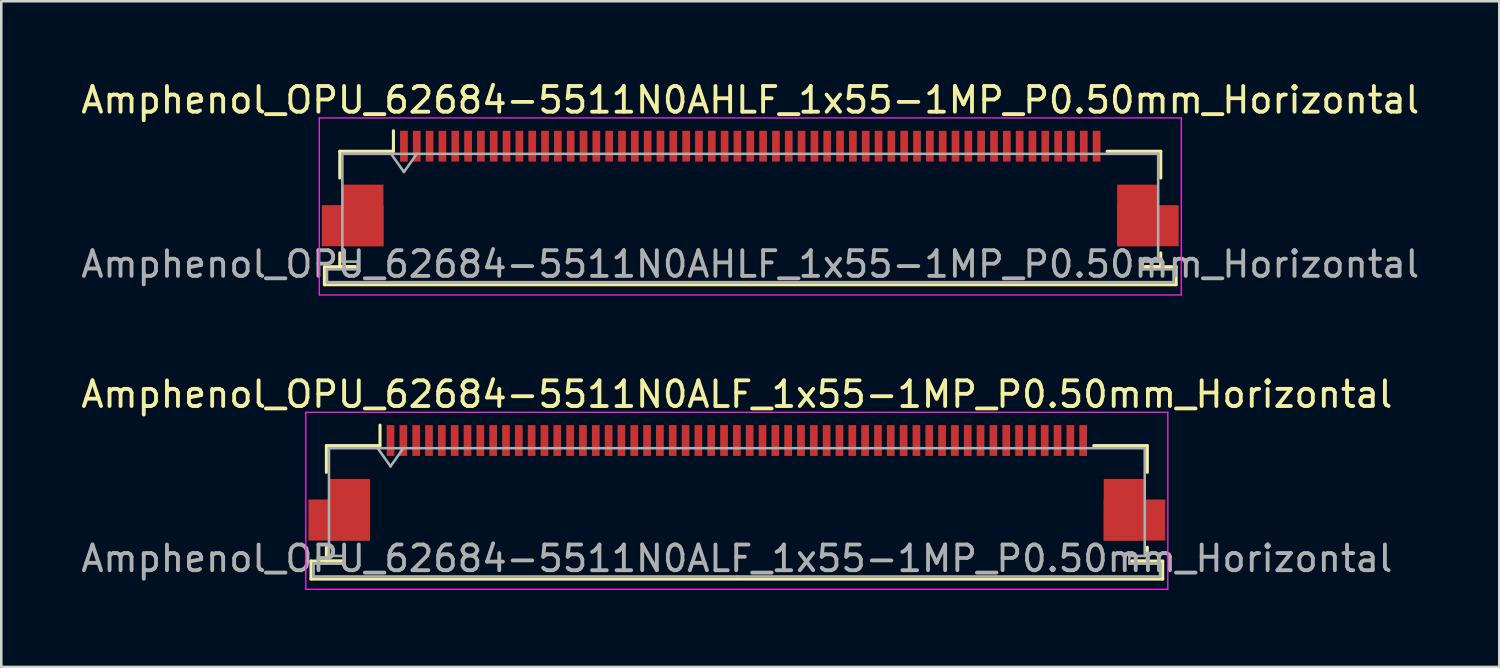
<source format=kicad_pcb>
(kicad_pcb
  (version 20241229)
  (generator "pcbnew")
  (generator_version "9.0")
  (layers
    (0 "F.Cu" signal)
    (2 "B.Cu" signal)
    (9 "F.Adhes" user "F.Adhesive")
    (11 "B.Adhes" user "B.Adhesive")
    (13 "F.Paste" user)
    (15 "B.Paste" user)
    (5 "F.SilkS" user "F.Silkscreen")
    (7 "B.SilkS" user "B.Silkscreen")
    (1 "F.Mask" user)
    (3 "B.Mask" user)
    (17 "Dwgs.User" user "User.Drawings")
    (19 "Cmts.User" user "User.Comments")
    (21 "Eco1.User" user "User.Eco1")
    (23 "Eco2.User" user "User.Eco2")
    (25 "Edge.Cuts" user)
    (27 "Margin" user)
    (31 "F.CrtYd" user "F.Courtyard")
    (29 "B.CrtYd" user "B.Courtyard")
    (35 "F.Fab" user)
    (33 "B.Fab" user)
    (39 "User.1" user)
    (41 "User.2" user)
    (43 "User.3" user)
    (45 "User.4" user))
  (footprint "Amphenol_OPU_62684-5511N0AHLF_1x55-1MP_P0.50mm_Horizontal"
    (layer "F.Cu")
    (at 26.196 4.298)
    (property "Reference" "Amphenol_OPU_62684-5511N0AHLF_1x55-1MP_P0.50mm_Horizontal" (at 0 -3.45 0) (layer "F.SilkS") (effects (font (size 1 1) (thickness 0.15))))
    (attr smd)
    (fp_line (start -16.6 3.05) (end -16.6 3.75) (stroke (width 0.12) (type solid)) (layer "F.SilkS"))
    (fp_line (start -16.6 3.75) (end 16.6 3.75) (stroke (width 0.12) (type solid)) (layer "F.SilkS"))
    (fp_line (start -16 -1.45) (end -16 -0.41) (stroke (width 0.12) (type solid)) (layer "F.SilkS"))
    (fp_line (start -16 2.51) (end -16 3.05) (stroke (width 0.12) (type solid)) (layer "F.SilkS"))
    (fp_line (start -16 3.05) (end -15.4 3.05) (stroke (width 0.12) (type solid)) (layer "F.SilkS"))
    (fp_line (start -15.4 3.05) (end -16.6 3.05) (stroke (width 0.12) (type solid)) (layer "F.SilkS"))
    (fp_line (start -13.91 -1.45) (end -16 -1.45) (stroke (width 0.12) (type solid)) (layer "F.SilkS"))
    (fp_line (start -13.91 -1.45) (end -13.91 -2.25) (stroke (width 0.12) (type solid)) (layer "F.SilkS"))
    (fp_line (start 13.91 -1.45) (end 16 -1.45) (stroke (width 0.12) (type solid)) (layer "F.SilkS"))
    (fp_line (start 15.4 3.05) (end 16 3.05) (stroke (width 0.12) (type solid)) (layer "F.SilkS"))
    (fp_line (start 16 -1.45) (end 16 -0.41) (stroke (width 0.12) (type solid)) (layer "F.SilkS"))
    (fp_line (start 16 3.05) (end 16 2.51) (stroke (width 0.12) (type solid)) (layer "F.SilkS"))
    (fp_line (start 16.6 3.05) (end 15.4 3.05) (stroke (width 0.12) (type solid)) (layer "F.SilkS"))
    (fp_line (start 16.6 3.75) (end 16.6 3.05) (stroke (width 0.12) (type solid)) (layer "F.SilkS"))
    (fp_line (start -16.8 -2.75) (end -16.8 4.15) (stroke (width 0.05) (type solid)) (layer "F.CrtYd"))
    (fp_line (start -16.8 4.15) (end 16.8 4.15) (stroke (width 0.05) (type solid)) (layer "F.CrtYd"))
    (fp_line (start 16.8 -2.75) (end -16.8 -2.75) (stroke (width 0.05) (type solid)) (layer "F.CrtYd"))
    (fp_line (start 16.8 4.15) (end 16.8 -2.75) (stroke (width 0.05) (type solid)) (layer "F.CrtYd"))
    (fp_line (start -16.5 3.15) (end -16.5 3.65) (stroke (width 0.1) (type solid)) (layer "F.Fab"))
    (fp_line (start -16.5 3.65) (end 0 3.65) (stroke (width 0.1) (type solid)) (layer "F.Fab"))
    (fp_line (start -15.9 -1.35) (end -15.9 2.85) (stroke (width 0.1) (type solid)) (layer "F.Fab"))
    (fp_line (start -15.9 2.85) (end -15.3 2.85) (stroke (width 0.1) (type solid)) (layer "F.Fab"))
    (fp_line (start -15.3 2.85) (end -15.3 3.15) (stroke (width 0.1) (type solid)) (layer "F.Fab"))
    (fp_line (start -15.3 3.15) (end -16.5 3.15) (stroke (width 0.1) (type solid)) (layer "F.Fab"))
    (fp_line (start -14 -1.35) (end -13.5 -0.643) (stroke (width 0.1) (type solid)) (layer "F.Fab"))
    (fp_line (start -13.5 -0.643) (end -13 -1.35) (stroke (width 0.1) (type solid)) (layer "F.Fab"))
    (fp_line (start 0 -1.35) (end -15.9 -1.35) (stroke (width 0.1) (type solid)) (layer "F.Fab"))
    (fp_line (start 0 -1.35) (end 15.9 -1.35) (stroke (width 0.1) (type solid)) (layer "F.Fab"))
    (fp_line (start 15.3 2.85) (end 15.3 3.15) (stroke (width 0.1) (type solid)) (layer "F.Fab"))
    (fp_line (start 15.3 3.15) (end 16.5 3.15) (stroke (width 0.1) (type solid)) (layer "F.Fab"))
    (fp_line (start 15.9 -1.35) (end 15.9 2.85) (stroke (width 0.1) (type solid)) (layer "F.Fab"))
    (fp_line (start 15.9 2.85) (end 15.3 2.85) (stroke (width 0.1) (type solid)) (layer "F.Fab"))
    (fp_line (start 16.5 3.15) (end 16.5 3.65) (stroke (width 0.1) (type solid)) (layer "F.Fab"))
    (fp_line (start 16.5 3.65) (end 0 3.65) (stroke (width 0.1) (type solid)) (layer "F.Fab"))
    (fp_text user "${REFERENCE}" (at 0 2.95 0) (layer "F.Fab") (effects (font (size 1 1) (thickness 0.15))))
    (pad "1" smd rect (at -13.5 -1.65) (size 0.3 1.2) (layers "F.Cu" "F.Mask" "F.Paste"))
    (pad "2" smd rect (at -13 -1.65) (size 0.3 1.2) (layers "F.Cu" "F.Mask" "F.Paste"))
    (pad "3" smd rect (at -12.5 -1.65) (size 0.3 1.2) (layers "F.Cu" "F.Mask" "F.Paste"))
    (pad "4" smd rect (at -12 -1.65) (size 0.3 1.2) (layers "F.Cu" "F.Mask" "F.Paste"))
    (pad "5" smd rect (at -11.5 -1.65) (size 0.3 1.2) (layers "F.Cu" "F.Mask" "F.Paste"))
    (pad "6" smd rect (at -11 -1.65) (size 0.3 1.2) (layers "F.Cu" "F.Mask" "F.Paste"))
    (pad "7" smd rect (at -10.5 -1.65) (size 0.3 1.2) (layers "F.Cu" "F.Mask" "F.Paste"))
    (pad "8" smd rect (at -10 -1.65) (size 0.3 1.2) (layers "F.Cu" "F.Mask" "F.Paste"))
    (pad "9" smd rect (at -9.5 -1.65) (size 0.3 1.2) (layers "F.Cu" "F.Mask" "F.Paste"))
    (pad "10" smd rect (at -9 -1.65) (size 0.3 1.2) (layers "F.Cu" "F.Mask" "F.Paste"))
    (pad "11" smd rect (at -8.5 -1.65) (size 0.3 1.2) (layers "F.Cu" "F.Mask" "F.Paste"))
    (pad "12" smd rect (at -8 -1.65) (size 0.3 1.2) (layers "F.Cu" "F.Mask" "F.Paste"))
    (pad "13" smd rect (at -7.5 -1.65) (size 0.3 1.2) (layers "F.Cu" "F.Mask" "F.Paste"))
    (pad "14" smd rect (at -7 -1.65) (size 0.3 1.2) (layers "F.Cu" "F.Mask" "F.Paste"))
    (pad "15" smd rect (at -6.5 -1.65) (size 0.3 1.2) (layers "F.Cu" "F.Mask" "F.Paste"))
    (pad "16" smd rect (at -6 -1.65) (size 0.3 1.2) (layers "F.Cu" "F.Mask" "F.Paste"))
    (pad "17" smd rect (at -5.5 -1.65) (size 0.3 1.2) (layers "F.Cu" "F.Mask" "F.Paste"))
    (pad "18" smd rect (at -5 -1.65) (size 0.3 1.2) (layers "F.Cu" "F.Mask" "F.Paste"))
    (pad "19" smd rect (at -4.5 -1.65) (size 0.3 1.2) (layers "F.Cu" "F.Mask" "F.Paste"))
    (pad "20" smd rect (at -4 -1.65) (size 0.3 1.2) (layers "F.Cu" "F.Mask" "F.Paste"))
    (pad "21" smd rect (at -3.5 -1.65) (size 0.3 1.2) (layers "F.Cu" "F.Mask" "F.Paste"))
    (pad "22" smd rect (at -3 -1.65) (size 0.3 1.2) (layers "F.Cu" "F.Mask" "F.Paste"))
    (pad "23" smd rect (at -2.5 -1.65) (size 0.3 1.2) (layers "F.Cu" "F.Mask" "F.Paste"))
    (pad "24" smd rect (at -2 -1.65) (size 0.3 1.2) (layers "F.Cu" "F.Mask" "F.Paste"))
    (pad "25" smd rect (at -1.5 -1.65) (size 0.3 1.2) (layers "F.Cu" "F.Mask" "F.Paste"))
    (pad "26" smd rect (at -1 -1.65) (size 0.3 1.2) (layers "F.Cu" "F.Mask" "F.Paste"))
    (pad "27" smd rect (at -0.5 -1.65) (size 0.3 1.2) (layers "F.Cu" "F.Mask" "F.Paste"))
    (pad "28" smd rect (at 0 -1.65) (size 0.3 1.2) (layers "F.Cu" "F.Mask" "F.Paste"))
    (pad "29" smd rect (at 0.5 -1.65) (size 0.3 1.2) (layers "F.Cu" "F.Mask" "F.Paste"))
    (pad "30" smd rect (at 1 -1.65) (size 0.3 1.2) (layers "F.Cu" "F.Mask" "F.Paste"))
    (pad "31" smd rect (at 1.5 -1.65) (size 0.3 1.2) (layers "F.Cu" "F.Mask" "F.Paste"))
    (pad "32" smd rect (at 2 -1.65) (size 0.3 1.2) (layers "F.Cu" "F.Mask" "F.Paste"))
    (pad "33" smd rect (at 2.5 -1.65) (size 0.3 1.2) (layers "F.Cu" "F.Mask" "F.Paste"))
    (pad "34" smd rect (at 3 -1.65) (size 0.3 1.2) (layers "F.Cu" "F.Mask" "F.Paste"))
    (pad "35" smd rect (at 3.5 -1.65) (size 0.3 1.2) (layers "F.Cu" "F.Mask" "F.Paste"))
    (pad "36" smd rect (at 4 -1.65) (size 0.3 1.2) (layers "F.Cu" "F.Mask" "F.Paste"))
    (pad "37" smd rect (at 4.5 -1.65) (size 0.3 1.2) (layers "F.Cu" "F.Mask" "F.Paste"))
    (pad "38" smd rect (at 5 -1.65) (size 0.3 1.2) (layers "F.Cu" "F.Mask" "F.Paste"))
    (pad "39" smd rect (at 5.5 -1.65) (size 0.3 1.2) (layers "F.Cu" "F.Mask" "F.Paste"))
    (pad "40" smd rect (at 6 -1.65) (size 0.3 1.2) (layers "F.Cu" "F.Mask" "F.Paste"))
    (pad "41" smd rect (at 6.5 -1.65) (size 0.3 1.2) (layers "F.Cu" "F.Mask" "F.Paste"))
    (pad "42" smd rect (at 7 -1.65) (size 0.3 1.2) (layers "F.Cu" "F.Mask" "F.Paste"))
    (pad "43" smd rect (at 7.5 -1.65) (size 0.3 1.2) (layers "F.Cu" "F.Mask" "F.Paste"))
    (pad "44" smd rect (at 8 -1.65) (size 0.3 1.2) (layers "F.Cu" "F.Mask" "F.Paste"))
    (pad "45" smd rect (at 8.5 -1.65) (size 0.3 1.2) (layers "F.Cu" "F.Mask" "F.Paste"))
    (pad "46" smd rect (at 9 -1.65) (size 0.3 1.2) (layers "F.Cu" "F.Mask" "F.Paste"))
    (pad "47" smd rect (at 9.5 -1.65) (size 0.3 1.2) (layers "F.Cu" "F.Mask" "F.Paste"))
    (pad "48" smd rect (at 10 -1.65) (size 0.3 1.2) (layers "F.Cu" "F.Mask" "F.Paste"))
    (pad "49" smd rect (at 10.5 -1.65) (size 0.3 1.2) (layers "F.Cu" "F.Mask" "F.Paste"))
    (pad "50" smd rect (at 11 -1.65) (size 0.3 1.2) (layers "F.Cu" "F.Mask" "F.Paste"))
    (pad "51" smd rect (at 11.5 -1.65) (size 0.3 1.2) (layers "F.Cu" "F.Mask" "F.Paste"))
    (pad "52" smd rect (at 12 -1.65) (size 0.3 1.2) (layers "F.Cu" "F.Mask" "F.Paste"))
    (pad "53" smd rect (at 12.5 -1.65) (size 0.3 1.2) (layers "F.Cu" "F.Mask" "F.Paste"))
    (pad "54" smd rect (at 13 -1.65) (size 0.3 1.2) (layers "F.Cu" "F.Mask" "F.Paste"))
    (pad "55" smd rect (at 13.5 -1.65) (size 0.3 1.2) (layers "F.Cu" "F.Mask" "F.Paste"))
    (pad "MP" smd rect (at -15.5 1.45) (size 2.4 1.6) (layers "F.Cu" "F.Mask" "F.Paste"))
    (pad "MP" smd rect (at -15.1 1.05) (size 1.6 2.4) (layers "F.Cu" "F.Mask" "F.Paste"))
    (pad "MP" smd rect (at 15.1 1.05) (size 1.6 2.4) (layers "F.Cu" "F.Mask" "F.Paste"))
    (pad "MP" smd rect (at 15.5 1.45) (size 2.4 1.6) (layers "F.Cu" "F.Mask" "F.Paste")))
  (footprint "Amphenol_OPU_62684-5511N0ALF_1x55-1MP_P0.50mm_Horizontal"
    (layer "F.Cu")
    (at 25.673 15.771)
    (property "Reference" "Amphenol_OPU_62684-5511N0ALF_1x55-1MP_P0.50mm_Horizontal" (at 0 -3.45 0) (layer "F.SilkS") (effects (font (size 1 1) (thickness 0.15))))
    (attr smd)
    (fp_line (start -16.6 3.05) (end -16.6 3.75) (stroke (width 0.12) (type solid)) (layer "F.SilkS"))
    (fp_line (start -16.6 3.75) (end 16.6 3.75) (stroke (width 0.12) (type solid)) (layer "F.SilkS"))
    (fp_line (start -16 -1.45) (end -16 -0.41) (stroke (width 0.12) (type solid)) (layer "F.SilkS"))
    (fp_line (start -16 2.51) (end -16 3.05) (stroke (width 0.12) (type solid)) (layer "F.SilkS"))
    (fp_line (start -16 3.05) (end -15.4 3.05) (stroke (width 0.12) (type solid)) (layer "F.SilkS"))
    (fp_line (start -15.4 3.05) (end -16.6 3.05) (stroke (width 0.12) (type solid)) (layer "F.SilkS"))
    (fp_line (start -13.91 -1.45) (end -16 -1.45) (stroke (width 0.12) (type solid)) (layer "F.SilkS"))
    (fp_line (start -13.91 -1.45) (end -13.91 -2.25) (stroke (width 0.12) (type solid)) (layer "F.SilkS"))
    (fp_line (start 13.91 -1.45) (end 16 -1.45) (stroke (width 0.12) (type solid)) (layer "F.SilkS"))
    (fp_line (start 15.4 3.05) (end 16 3.05) (stroke (width 0.12) (type solid)) (layer "F.SilkS"))
    (fp_line (start 16 -1.45) (end 16 -0.41) (stroke (width 0.12) (type solid)) (layer "F.SilkS"))
    (fp_line (start 16 3.05) (end 16 2.51) (stroke (width 0.12) (type solid)) (layer "F.SilkS"))
    (fp_line (start 16.6 3.05) (end 15.4 3.05) (stroke (width 0.12) (type solid)) (layer "F.SilkS"))
    (fp_line (start 16.6 3.75) (end 16.6 3.05) (stroke (width 0.12) (type solid)) (layer "F.SilkS"))
    (fp_line (start -16.8 -2.75) (end -16.8 4.15) (stroke (width 0.05) (type solid)) (layer "F.CrtYd"))
    (fp_line (start -16.8 4.15) (end 16.8 4.15) (stroke (width 0.05) (type solid)) (layer "F.CrtYd"))
    (fp_line (start 16.8 -2.75) (end -16.8 -2.75) (stroke (width 0.05) (type solid)) (layer "F.CrtYd"))
    (fp_line (start 16.8 4.15) (end 16.8 -2.75) (stroke (width 0.05) (type solid)) (layer "F.CrtYd"))
    (fp_line (start -16.5 3.15) (end -16.5 3.65) (stroke (width 0.1) (type solid)) (layer "F.Fab"))
    (fp_line (start -16.5 3.65) (end 0 3.65) (stroke (width 0.1) (type solid)) (layer "F.Fab"))
    (fp_line (start -15.9 -1.35) (end -15.9 2.85) (stroke (width 0.1) (type solid)) (layer "F.Fab"))
    (fp_line (start -15.9 2.85) (end -15.3 2.85) (stroke (width 0.1) (type solid)) (layer "F.Fab"))
    (fp_line (start -15.3 2.85) (end -15.3 3.15) (stroke (width 0.1) (type solid)) (layer "F.Fab"))
    (fp_line (start -15.3 3.15) (end -16.5 3.15) (stroke (width 0.1) (type solid)) (layer "F.Fab"))
    (fp_line (start -14 -1.35) (end -13.5 -0.643) (stroke (width 0.1) (type solid)) (layer "F.Fab"))
    (fp_line (start -13.5 -0.643) (end -13 -1.35) (stroke (width 0.1) (type solid)) (layer "F.Fab"))
    (fp_line (start 0 -1.35) (end -15.9 -1.35) (stroke (width 0.1) (type solid)) (layer "F.Fab"))
    (fp_line (start 0 -1.35) (end 15.9 -1.35) (stroke (width 0.1) (type solid)) (layer "F.Fab"))
    (fp_line (start 15.3 2.85) (end 15.3 3.15) (stroke (width 0.1) (type solid)) (layer "F.Fab"))
    (fp_line (start 15.3 3.15) (end 16.5 3.15) (stroke (width 0.1) (type solid)) (layer "F.Fab"))
    (fp_line (start 15.9 -1.35) (end 15.9 2.85) (stroke (width 0.1) (type solid)) (layer "F.Fab"))
    (fp_line (start 15.9 2.85) (end 15.3 2.85) (stroke (width 0.1) (type solid)) (layer "F.Fab"))
    (fp_line (start 16.5 3.15) (end 16.5 3.65) (stroke (width 0.1) (type solid)) (layer "F.Fab"))
    (fp_line (start 16.5 3.65) (end 0 3.65) (stroke (width 0.1) (type solid)) (layer "F.Fab"))
    (fp_text user "${REFERENCE}" (at 0 2.95 0) (layer "F.Fab") (effects (font (size 1 1) (thickness 0.15))))
    (pad "1" smd rect (at -13.5 -1.65) (size 0.3 1.2) (layers "F.Cu" "F.Mask" "F.Paste"))
    (pad "2" smd rect (at -13 -1.65) (size 0.3 1.2) (layers "F.Cu" "F.Mask" "F.Paste"))
    (pad "3" smd rect (at -12.5 -1.65) (size 0.3 1.2) (layers "F.Cu" "F.Mask" "F.Paste"))
    (pad "4" smd rect (at -12 -1.65) (size 0.3 1.2) (layers "F.Cu" "F.Mask" "F.Paste"))
    (pad "5" smd rect (at -11.5 -1.65) (size 0.3 1.2) (layers "F.Cu" "F.Mask" "F.Paste"))
    (pad "6" smd rect (at -11 -1.65) (size 0.3 1.2) (layers "F.Cu" "F.Mask" "F.Paste"))
    (pad "7" smd rect (at -10.5 -1.65) (size 0.3 1.2) (layers "F.Cu" "F.Mask" "F.Paste"))
    (pad "8" smd rect (at -10 -1.65) (size 0.3 1.2) (layers "F.Cu" "F.Mask" "F.Paste"))
    (pad "9" smd rect (at -9.5 -1.65) (size 0.3 1.2) (layers "F.Cu" "F.Mask" "F.Paste"))
    (pad "10" smd rect (at -9 -1.65) (size 0.3 1.2) (layers "F.Cu" "F.Mask" "F.Paste"))
    (pad "11" smd rect (at -8.5 -1.65) (size 0.3 1.2) (layers "F.Cu" "F.Mask" "F.Paste"))
    (pad "12" smd rect (at -8 -1.65) (size 0.3 1.2) (layers "F.Cu" "F.Mask" "F.Paste"))
    (pad "13" smd rect (at -7.5 -1.65) (size 0.3 1.2) (layers "F.Cu" "F.Mask" "F.Paste"))
    (pad "14" smd rect (at -7 -1.65) (size 0.3 1.2) (layers "F.Cu" "F.Mask" "F.Paste"))
    (pad "15" smd rect (at -6.5 -1.65) (size 0.3 1.2) (layers "F.Cu" "F.Mask" "F.Paste"))
    (pad "16" smd rect (at -6 -1.65) (size 0.3 1.2) (layers "F.Cu" "F.Mask" "F.Paste"))
    (pad "17" smd rect (at -5.5 -1.65) (size 0.3 1.2) (layers "F.Cu" "F.Mask" "F.Paste"))
    (pad "18" smd rect (at -5 -1.65) (size 0.3 1.2) (layers "F.Cu" "F.Mask" "F.Paste"))
    (pad "19" smd rect (at -4.5 -1.65) (size 0.3 1.2) (layers "F.Cu" "F.Mask" "F.Paste"))
    (pad "20" smd rect (at -4 -1.65) (size 0.3 1.2) (layers "F.Cu" "F.Mask" "F.Paste"))
    (pad "21" smd rect (at -3.5 -1.65) (size 0.3 1.2) (layers "F.Cu" "F.Mask" "F.Paste"))
    (pad "22" smd rect (at -3 -1.65) (size 0.3 1.2) (layers "F.Cu" "F.Mask" "F.Paste"))
    (pad "23" smd rect (at -2.5 -1.65) (size 0.3 1.2) (layers "F.Cu" "F.Mask" "F.Paste"))
    (pad "24" smd rect (at -2 -1.65) (size 0.3 1.2) (layers "F.Cu" "F.Mask" "F.Paste"))
    (pad "25" smd rect (at -1.5 -1.65) (size 0.3 1.2) (layers "F.Cu" "F.Mask" "F.Paste"))
    (pad "26" smd rect (at -1 -1.65) (size 0.3 1.2) (layers "F.Cu" "F.Mask" "F.Paste"))
    (pad "27" smd rect (at -0.5 -1.65) (size 0.3 1.2) (layers "F.Cu" "F.Mask" "F.Paste"))
    (pad "28" smd rect (at 0 -1.65) (size 0.3 1.2) (layers "F.Cu" "F.Mask" "F.Paste"))
    (pad "29" smd rect (at 0.5 -1.65) (size 0.3 1.2) (layers "F.Cu" "F.Mask" "F.Paste"))
    (pad "30" smd rect (at 1 -1.65) (size 0.3 1.2) (layers "F.Cu" "F.Mask" "F.Paste"))
    (pad "31" smd rect (at 1.5 -1.65) (size 0.3 1.2) (layers "F.Cu" "F.Mask" "F.Paste"))
    (pad "32" smd rect (at 2 -1.65) (size 0.3 1.2) (layers "F.Cu" "F.Mask" "F.Paste"))
    (pad "33" smd rect (at 2.5 -1.65) (size 0.3 1.2) (layers "F.Cu" "F.Mask" "F.Paste"))
    (pad "34" smd rect (at 3 -1.65) (size 0.3 1.2) (layers "F.Cu" "F.Mask" "F.Paste"))
    (pad "35" smd rect (at 3.5 -1.65) (size 0.3 1.2) (layers "F.Cu" "F.Mask" "F.Paste"))
    (pad "36" smd rect (at 4 -1.65) (size 0.3 1.2) (layers "F.Cu" "F.Mask" "F.Paste"))
    (pad "37" smd rect (at 4.5 -1.65) (size 0.3 1.2) (layers "F.Cu" "F.Mask" "F.Paste"))
    (pad "38" smd rect (at 5 -1.65) (size 0.3 1.2) (layers "F.Cu" "F.Mask" "F.Paste"))
    (pad "39" smd rect (at 5.5 -1.65) (size 0.3 1.2) (layers "F.Cu" "F.Mask" "F.Paste"))
    (pad "40" smd rect (at 6 -1.65) (size 0.3 1.2) (layers "F.Cu" "F.Mask" "F.Paste"))
    (pad "41" smd rect (at 6.5 -1.65) (size 0.3 1.2) (layers "F.Cu" "F.Mask" "F.Paste"))
    (pad "42" smd rect (at 7 -1.65) (size 0.3 1.2) (layers "F.Cu" "F.Mask" "F.Paste"))
    (pad "43" smd rect (at 7.5 -1.65) (size 0.3 1.2) (layers "F.Cu" "F.Mask" "F.Paste"))
    (pad "44" smd rect (at 8 -1.65) (size 0.3 1.2) (layers "F.Cu" "F.Mask" "F.Paste"))
    (pad "45" smd rect (at 8.5 -1.65) (size 0.3 1.2) (layers "F.Cu" "F.Mask" "F.Paste"))
    (pad "46" smd rect (at 9 -1.65) (size 0.3 1.2) (layers "F.Cu" "F.Mask" "F.Paste"))
    (pad "47" smd rect (at 9.5 -1.65) (size 0.3 1.2) (layers "F.Cu" "F.Mask" "F.Paste"))
    (pad "48" smd rect (at 10 -1.65) (size 0.3 1.2) (layers "F.Cu" "F.Mask" "F.Paste"))
    (pad "49" smd rect (at 10.5 -1.65) (size 0.3 1.2) (layers "F.Cu" "F.Mask" "F.Paste"))
    (pad "50" smd rect (at 11 -1.65) (size 0.3 1.2) (layers "F.Cu" "F.Mask" "F.Paste"))
    (pad "51" smd rect (at 11.5 -1.65) (size 0.3 1.2) (layers "F.Cu" "F.Mask" "F.Paste"))
    (pad "52" smd rect (at 12 -1.65) (size 0.3 1.2) (layers "F.Cu" "F.Mask" "F.Paste"))
    (pad "53" smd rect (at 12.5 -1.65) (size 0.3 1.2) (layers "F.Cu" "F.Mask" "F.Paste"))
    (pad "54" smd rect (at 13 -1.65) (size 0.3 1.2) (layers "F.Cu" "F.Mask" "F.Paste"))
    (pad "55" smd rect (at 13.5 -1.65) (size 0.3 1.2) (layers "F.Cu" "F.Mask" "F.Paste"))
    (pad "MP" smd rect (at -15.5 1.45) (size 2.4 1.6) (layers "F.Cu" "F.Mask" "F.Paste"))
    (pad "MP" smd rect (at -15.1 1.05) (size 1.6 2.4) (layers "F.Cu" "F.Mask" "F.Paste"))
    (pad "MP" smd rect (at 15.1 1.05) (size 1.6 2.4) (layers "F.Cu" "F.Mask" "F.Paste"))
    (pad "MP" smd rect (at 15.5 1.45) (size 2.4 1.6) (layers "F.Cu" "F.Mask" "F.Paste")))
  (gr_rect
    (start -3 -3)
    (end 55.393 22.947)
    (stroke (width 0.1) (type default))
    (fill no)
    (layer "Edge.Cuts")))
</source>
